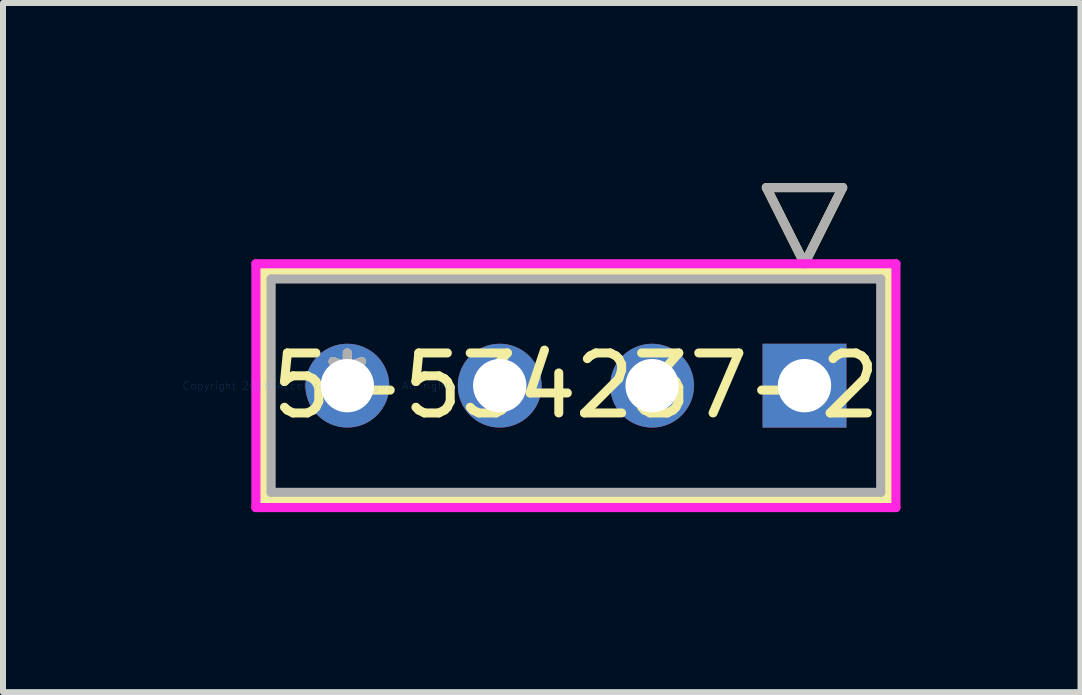
<source format=kicad_pcb>
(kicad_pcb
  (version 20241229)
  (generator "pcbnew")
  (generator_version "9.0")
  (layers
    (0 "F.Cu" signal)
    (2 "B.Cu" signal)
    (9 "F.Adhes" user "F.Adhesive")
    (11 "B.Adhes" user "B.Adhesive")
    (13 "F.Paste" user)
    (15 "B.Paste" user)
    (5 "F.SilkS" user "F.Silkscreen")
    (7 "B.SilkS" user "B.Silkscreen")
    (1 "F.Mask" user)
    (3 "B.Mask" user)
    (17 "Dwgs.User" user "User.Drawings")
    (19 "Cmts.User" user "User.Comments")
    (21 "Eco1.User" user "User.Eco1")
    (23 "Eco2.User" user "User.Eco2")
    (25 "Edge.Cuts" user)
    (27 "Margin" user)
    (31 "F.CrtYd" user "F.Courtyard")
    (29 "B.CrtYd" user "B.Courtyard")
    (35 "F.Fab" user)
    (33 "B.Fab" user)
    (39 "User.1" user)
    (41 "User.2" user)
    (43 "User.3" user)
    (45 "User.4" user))
  (footprint "5-534237-2"
    (layer "F.Cu")
    (at 2.739 3.378)
    (property "Reference" "5-534237-2" (at 3.81 0 0) (layer "F.SilkS") (effects (font (size 1 1) (thickness 0.15))))
    (attr through_hole)
    (fp_line (start -1.397 -1.905) (end -1.397 1.905) (stroke (width 0.152) (type solid)) (layer "F.SilkS"))
    (fp_line (start -1.397 1.905) (end 9.017 1.905) (stroke (width 0.152) (type solid)) (layer "F.SilkS"))
    (fp_line (start 6.985 -3.302) (end 8.255 -3.302) (stroke (width 0.152) (type solid)) (layer "F.SilkS"))
    (fp_line (start 7.62 -2.032) (end 6.985 -3.302) (stroke (width 0.152) (type solid)) (layer "F.SilkS"))
    (fp_line (start 8.255 -3.302) (end 7.62 -2.032) (stroke (width 0.152) (type solid)) (layer "F.SilkS"))
    (fp_line (start 9.017 -1.905) (end -1.397 -1.905) (stroke (width 0.152) (type solid)) (layer "F.SilkS"))
    (fp_line (start 9.017 1.905) (end 9.017 -1.905) (stroke (width 0.152) (type solid)) (layer "F.SilkS"))
    (fp_line (start -1.524 -2.032) (end -1.524 2.032) (stroke (width 0.152) (type solid)) (layer "F.CrtYd"))
    (fp_line (start -1.524 2.032) (end 9.144 2.032) (stroke (width 0.152) (type solid)) (layer "F.CrtYd"))
    (fp_line (start 9.144 -2.032) (end -1.524 -2.032) (stroke (width 0.152) (type solid)) (layer "F.CrtYd"))
    (fp_line (start 9.144 2.032) (end 9.144 -2.032) (stroke (width 0.152) (type solid)) (layer "F.CrtYd"))
    (fp_line (start -1.27 -1.778) (end -1.27 1.778) (stroke (width 0.152) (type solid)) (layer "F.Fab"))
    (fp_line (start -1.27 1.778) (end 8.89 1.778) (stroke (width 0.152) (type solid)) (layer "F.Fab"))
    (fp_line (start 6.985 -3.302) (end 8.255 -3.302) (stroke (width 0.152) (type solid)) (layer "F.Fab"))
    (fp_line (start 7.62 -2.032) (end 6.985 -3.302) (stroke (width 0.152) (type solid)) (layer "F.Fab"))
    (fp_line (start 8.255 -3.302) (end 7.62 -2.032) (stroke (width 0.152) (type solid)) (layer "F.Fab"))
    (fp_line (start 8.89 -1.778) (end -1.27 -1.778) (stroke (width 0.152) (type solid)) (layer "F.Fab"))
    (fp_line (start 8.89 1.778) (end 8.89 -1.778) (stroke (width 0.152) (type solid)) (layer "F.Fab"))
    (fp_text user "*" (at 0 0 0) (layer "F.SilkS") (effects (font (size 1 1) (thickness 0.15))))
    (fp_text user "Copyright 2016 Accelerated Designs. All rights reserved." (at 0 0 0) (layer "Cmts.User") (effects (font (size 0.127 0.127) (thickness 0.002))))
    (fp_text user "*" (at 0 0 0) (layer "F.Fab") (effects (font (size 1 1) (thickness 0.15))))
    (pad "1" thru_hole rect (at 7.62 0) (size 1.397 1.397) (drill 0.889) (layers "*.Cu" "*.Mask"))
    (pad "2" thru_hole circle (at 5.08 0) (size 1.397 1.397) (drill 0.889) (layers "*.Cu" "*.Mask"))
    (pad "3" thru_hole circle (at 2.54 0) (size 1.397 1.397) (drill 0.889) (layers "*.Cu" "*.Mask"))
    (pad "4" thru_hole circle (at 0 0) (size 1.397 1.397) (drill 0.889) (layers "*.Cu" "*.Mask")))
  (gr_rect
    (start -3 -3)
    (end 14.959 8.486)
    (stroke (width 0.1) (type default))
    (fill no)
    (layer "Edge.Cuts")))
</source>
